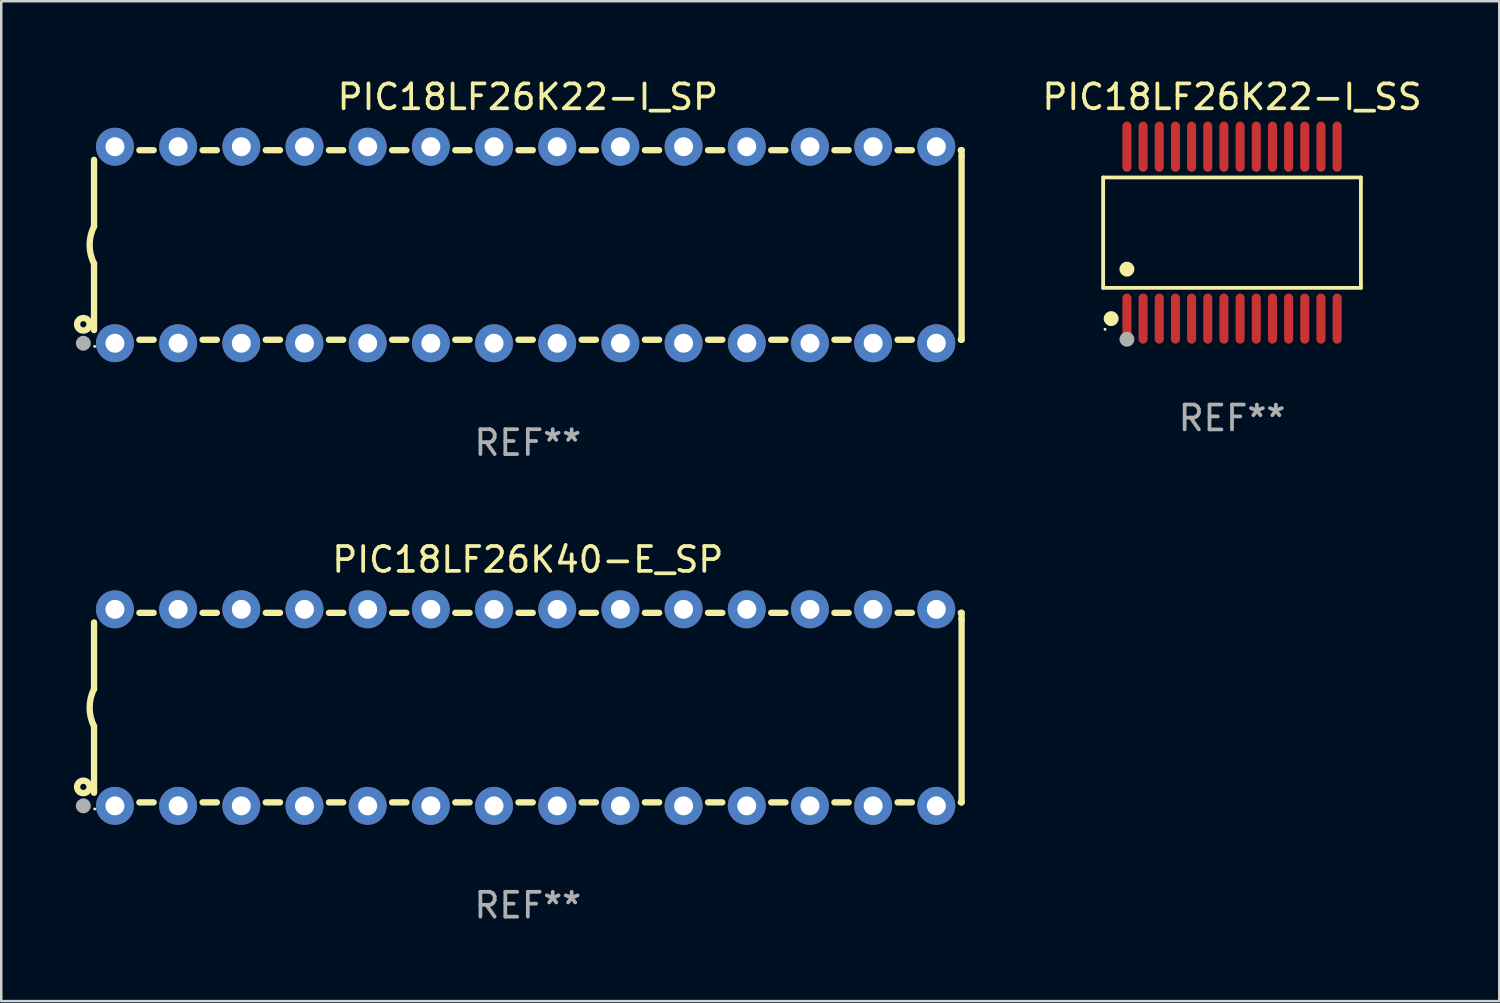
<source format=kicad_pcb>
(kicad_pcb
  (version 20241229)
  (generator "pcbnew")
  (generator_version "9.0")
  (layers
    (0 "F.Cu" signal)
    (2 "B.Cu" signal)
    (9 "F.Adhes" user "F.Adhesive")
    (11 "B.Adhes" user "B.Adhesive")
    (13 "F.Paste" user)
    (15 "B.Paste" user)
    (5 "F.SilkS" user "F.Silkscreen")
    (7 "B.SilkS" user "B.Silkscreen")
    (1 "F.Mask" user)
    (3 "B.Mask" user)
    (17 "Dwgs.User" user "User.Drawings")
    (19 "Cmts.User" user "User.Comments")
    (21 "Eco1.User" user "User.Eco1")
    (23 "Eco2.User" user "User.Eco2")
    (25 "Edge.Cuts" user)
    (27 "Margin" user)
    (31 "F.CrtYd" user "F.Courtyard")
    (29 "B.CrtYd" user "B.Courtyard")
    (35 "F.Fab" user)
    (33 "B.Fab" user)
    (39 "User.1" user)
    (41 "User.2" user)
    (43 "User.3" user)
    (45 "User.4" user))
  (footprint "PIC18LF26K40-E_SP"
    (layer "F.Cu")
    (at 18.168 25.395)
    (property "Reference" "PIC18LF26K40-E_SP" (at 0 -5.95 0) (layer "F.SilkS") (effects (font (size 1 1) (thickness 0.15))))
    (attr through_hole)
    (fp_line (start -17.438 0.75) (end -17.438 3.423) (stroke (width 0.254) (type solid)) (layer "F.SilkS"))
    (fp_line (start -17.438 -3.423) (end -17.438 -0.75) (stroke (width 0.254) (type solid)) (layer "F.SilkS"))
    (fp_line (start -15.615 3.81) (end -15.041 3.81) (stroke (width 0.254) (type solid)) (layer "F.SilkS"))
    (fp_line (start -15.041 -3.81) (end -15.614 -3.81) (stroke (width 0.254) (type solid)) (layer "F.SilkS"))
    (fp_line (start -13.075 3.81) (end -12.501 3.81) (stroke (width 0.254) (type solid)) (layer "F.SilkS"))
    (fp_line (start -12.501 -3.81) (end -13.074 -3.81) (stroke (width 0.254) (type solid)) (layer "F.SilkS"))
    (fp_line (start -10.535 3.81) (end -9.961 3.81) (stroke (width 0.254) (type solid)) (layer "F.SilkS"))
    (fp_line (start -9.961 -3.81) (end -10.534 -3.81) (stroke (width 0.254) (type solid)) (layer "F.SilkS"))
    (fp_line (start -7.995 3.81) (end -7.421 3.81) (stroke (width 0.254) (type solid)) (layer "F.SilkS"))
    (fp_line (start -7.421 -3.81) (end -7.995 -3.81) (stroke (width 0.254) (type solid)) (layer "F.SilkS"))
    (fp_line (start -5.455 3.81) (end -4.881 3.81) (stroke (width 0.254) (type solid)) (layer "F.SilkS"))
    (fp_line (start -4.881 -3.81) (end -5.455 -3.81) (stroke (width 0.254) (type solid)) (layer "F.SilkS"))
    (fp_line (start -2.915 3.81) (end -2.341 3.81) (stroke (width 0.254) (type solid)) (layer "F.SilkS"))
    (fp_line (start -2.341 -3.81) (end -2.915 -3.81) (stroke (width 0.254) (type solid)) (layer "F.SilkS"))
    (fp_line (start -0.375 3.81) (end 0.199 3.81) (stroke (width 0.254) (type solid)) (layer "F.SilkS"))
    (fp_line (start 0.199 -3.81) (end -0.375 -3.81) (stroke (width 0.254) (type solid)) (layer "F.SilkS"))
    (fp_line (start 2.165 3.81) (end 2.739 3.81) (stroke (width 0.254) (type solid)) (layer "F.SilkS"))
    (fp_line (start 2.739 -3.81) (end 2.165 -3.81) (stroke (width 0.254) (type solid)) (layer "F.SilkS"))
    (fp_line (start 4.705 3.81) (end 5.279 3.81) (stroke (width 0.254) (type solid)) (layer "F.SilkS"))
    (fp_line (start 5.279 -3.81) (end 4.705 -3.81) (stroke (width 0.254) (type solid)) (layer "F.SilkS"))
    (fp_line (start 7.245 3.81) (end 7.819 3.81) (stroke (width 0.254) (type solid)) (layer "F.SilkS"))
    (fp_line (start 7.819 -3.81) (end 7.245 -3.81) (stroke (width 0.254) (type solid)) (layer "F.SilkS"))
    (fp_line (start 9.785 3.81) (end 10.359 3.81) (stroke (width 0.254) (type solid)) (layer "F.SilkS"))
    (fp_line (start 10.359 -3.81) (end 9.785 -3.81) (stroke (width 0.254) (type solid)) (layer "F.SilkS"))
    (fp_line (start 12.325 3.81) (end 12.899 3.81) (stroke (width 0.254) (type solid)) (layer "F.SilkS"))
    (fp_line (start 12.899 -3.81) (end 12.325 -3.81) (stroke (width 0.254) (type solid)) (layer "F.SilkS"))
    (fp_line (start 14.865 3.81) (end 15.439 3.81) (stroke (width 0.254) (type solid)) (layer "F.SilkS"))
    (fp_line (start 15.439 -3.81) (end 14.865 -3.81) (stroke (width 0.254) (type solid)) (layer "F.SilkS"))
    (fp_line (start 17.405 3.81) (end 17.438 3.81) (stroke (width 0.254) (type solid)) (layer "F.SilkS"))
    (fp_line (start 17.438 -3.81) (end 17.405 -3.81) (stroke (width 0.254) (type solid)) (layer "F.SilkS"))
    (fp_line (start 17.438 -3.556) (end 17.438 -3.81) (stroke (width 0.254) (type solid)) (layer "F.SilkS"))
    (fp_line (start 17.438 3.81) (end 17.438 -3.556) (stroke (width 0.254) (type solid)) (layer "F.SilkS"))
    (fp_arc (start -17.437986 0.749657) (mid -17.614887 -0.000024) (end -17.437783 -0.749657) (stroke (width 0.254001) (type solid)) (layer "F.SilkS"))
    (fp_circle (center -17.868 3.188) (end -17.743 3.188) (stroke (width 0.254) (type solid)) (fill no) (layer "F.SilkS"))
    (fp_circle (center -17.411 4.077) (end -17.381 4.077) (stroke (width 0.06) (type solid)) (fill no) (layer "F.SilkS"))
    (fp_circle (center -17.868 3.95) (end -17.718 3.95) (stroke (width 0.3) (type solid)) (fill no) (layer "F.Fab"))
    (fp_text user "REF**" (at 0 7.95 0) (layer "F.Fab") (effects (font (size 1 1) (thickness 0.15))))
    (pad "1" thru_hole circle (at -16.598 3.95) (size 1.524 1.524) (drill 0.762) (layers "*.Cu" "*.Mask"))
    (pad "2" thru_hole circle (at -14.058 3.95) (size 1.524 1.524) (drill 0.762) (layers "*.Cu" "*.Mask"))
    (pad "3" thru_hole circle (at -11.518 3.95) (size 1.524 1.524) (drill 0.762) (layers "*.Cu" "*.Mask"))
    (pad "4" thru_hole circle (at -8.978 3.95) (size 1.524 1.524) (drill 0.762) (layers "*.Cu" "*.Mask"))
    (pad "5" thru_hole circle (at -6.438 3.95) (size 1.524 1.524) (drill 0.762) (layers "*.Cu" "*.Mask"))
    (pad "6" thru_hole circle (at -3.898 3.95) (size 1.524 1.524) (drill 0.762) (layers "*.Cu" "*.Mask"))
    (pad "7" thru_hole circle (at -1.358 3.95) (size 1.524 1.524) (drill 0.762) (layers "*.Cu" "*.Mask"))
    (pad "8" thru_hole circle (at 1.182 3.95) (size 1.524 1.524) (drill 0.762) (layers "*.Cu" "*.Mask"))
    (pad "9" thru_hole circle (at 3.722 3.95) (size 1.524 1.524) (drill 0.762) (layers "*.Cu" "*.Mask"))
    (pad "10" thru_hole circle (at 6.262 3.95) (size 1.524 1.524) (drill 0.762) (layers "*.Cu" "*.Mask"))
    (pad "11" thru_hole circle (at 8.802 3.95) (size 1.524 1.524) (drill 0.762) (layers "*.Cu" "*.Mask"))
    (pad "12" thru_hole circle (at 11.342 3.95) (size 1.524 1.524) (drill 0.762) (layers "*.Cu" "*.Mask"))
    (pad "13" thru_hole circle (at 13.882 3.95) (size 1.524 1.524) (drill 0.762) (layers "*.Cu" "*.Mask"))
    (pad "14" thru_hole circle (at 16.422 3.95) (size 1.524 1.524) (drill 0.762) (layers "*.Cu" "*.Mask"))
    (pad "15" thru_hole circle (at 16.422 -3.95) (size 1.524 1.524) (drill 0.762) (layers "*.Cu" "*.Mask"))
    (pad "16" thru_hole circle (at 13.882 -3.95) (size 1.524 1.524) (drill 0.762) (layers "*.Cu" "*.Mask"))
    (pad "17" thru_hole circle (at 11.342 -3.95) (size 1.524 1.524) (drill 0.762) (layers "*.Cu" "*.Mask"))
    (pad "18" thru_hole circle (at 8.802 -3.95) (size 1.524 1.524) (drill 0.762) (layers "*.Cu" "*.Mask"))
    (pad "19" thru_hole circle (at 6.262 -3.95) (size 1.524 1.524) (drill 0.762) (layers "*.Cu" "*.Mask"))
    (pad "20" thru_hole circle (at 3.722 -3.95) (size 1.524 1.524) (drill 0.762) (layers "*.Cu" "*.Mask"))
    (pad "21" thru_hole circle (at 1.182 -3.95) (size 1.524 1.524) (drill 0.762) (layers "*.Cu" "*.Mask"))
    (pad "22" thru_hole circle (at -1.358 -3.95) (size 1.524 1.524) (drill 0.762) (layers "*.Cu" "*.Mask"))
    (pad "23" thru_hole circle (at -3.898 -3.95) (size 1.524 1.524) (drill 0.762) (layers "*.Cu" "*.Mask"))
    (pad "24" thru_hole circle (at -6.438 -3.95) (size 1.524 1.524) (drill 0.762) (layers "*.Cu" "*.Mask"))
    (pad "25" thru_hole circle (at -8.978 -3.95) (size 1.524 1.524) (drill 0.762) (layers "*.Cu" "*.Mask"))
    (pad "26" thru_hole circle (at -11.517 -3.95) (size 1.524 1.524) (drill 0.762) (layers "*.Cu" "*.Mask"))
    (pad "27" thru_hole circle (at -14.057 -3.95) (size 1.524 1.524) (drill 0.762) (layers "*.Cu" "*.Mask"))
    (pad "28" thru_hole circle (at -16.597 -3.95) (size 1.524 1.524) (drill 0.762) (layers "*.Cu" "*.Mask")))
  (footprint "PIC18LF26K22-I_SP"
    (layer "F.Cu")
    (at 18.168 6.798)
    (property "Reference" "PIC18LF26K22-I_SP" (at 0 -5.95 0) (layer "F.SilkS") (effects (font (size 1 1) (thickness 0.15))))
    (attr through_hole)
    (fp_line (start -17.438 0.75) (end -17.438 3.423) (stroke (width 0.254) (type solid)) (layer "F.SilkS"))
    (fp_line (start -17.438 -3.423) (end -17.438 -0.75) (stroke (width 0.254) (type solid)) (layer "F.SilkS"))
    (fp_line (start -15.615 3.81) (end -15.041 3.81) (stroke (width 0.254) (type solid)) (layer "F.SilkS"))
    (fp_line (start -15.041 -3.81) (end -15.614 -3.81) (stroke (width 0.254) (type solid)) (layer "F.SilkS"))
    (fp_line (start -13.075 3.81) (end -12.501 3.81) (stroke (width 0.254) (type solid)) (layer "F.SilkS"))
    (fp_line (start -12.501 -3.81) (end -13.074 -3.81) (stroke (width 0.254) (type solid)) (layer "F.SilkS"))
    (fp_line (start -10.535 3.81) (end -9.961 3.81) (stroke (width 0.254) (type solid)) (layer "F.SilkS"))
    (fp_line (start -9.961 -3.81) (end -10.534 -3.81) (stroke (width 0.254) (type solid)) (layer "F.SilkS"))
    (fp_line (start -7.995 3.81) (end -7.421 3.81) (stroke (width 0.254) (type solid)) (layer "F.SilkS"))
    (fp_line (start -7.421 -3.81) (end -7.995 -3.81) (stroke (width 0.254) (type solid)) (layer "F.SilkS"))
    (fp_line (start -5.455 3.81) (end -4.881 3.81) (stroke (width 0.254) (type solid)) (layer "F.SilkS"))
    (fp_line (start -4.881 -3.81) (end -5.455 -3.81) (stroke (width 0.254) (type solid)) (layer "F.SilkS"))
    (fp_line (start -2.915 3.81) (end -2.341 3.81) (stroke (width 0.254) (type solid)) (layer "F.SilkS"))
    (fp_line (start -2.341 -3.81) (end -2.915 -3.81) (stroke (width 0.254) (type solid)) (layer "F.SilkS"))
    (fp_line (start -0.375 3.81) (end 0.199 3.81) (stroke (width 0.254) (type solid)) (layer "F.SilkS"))
    (fp_line (start 0.199 -3.81) (end -0.375 -3.81) (stroke (width 0.254) (type solid)) (layer "F.SilkS"))
    (fp_line (start 2.165 3.81) (end 2.739 3.81) (stroke (width 0.254) (type solid)) (layer "F.SilkS"))
    (fp_line (start 2.739 -3.81) (end 2.165 -3.81) (stroke (width 0.254) (type solid)) (layer "F.SilkS"))
    (fp_line (start 4.705 3.81) (end 5.279 3.81) (stroke (width 0.254) (type solid)) (layer "F.SilkS"))
    (fp_line (start 5.279 -3.81) (end 4.705 -3.81) (stroke (width 0.254) (type solid)) (layer "F.SilkS"))
    (fp_line (start 7.245 3.81) (end 7.819 3.81) (stroke (width 0.254) (type solid)) (layer "F.SilkS"))
    (fp_line (start 7.819 -3.81) (end 7.245 -3.81) (stroke (width 0.254) (type solid)) (layer "F.SilkS"))
    (fp_line (start 9.785 3.81) (end 10.359 3.81) (stroke (width 0.254) (type solid)) (layer "F.SilkS"))
    (fp_line (start 10.359 -3.81) (end 9.785 -3.81) (stroke (width 0.254) (type solid)) (layer "F.SilkS"))
    (fp_line (start 12.325 3.81) (end 12.899 3.81) (stroke (width 0.254) (type solid)) (layer "F.SilkS"))
    (fp_line (start 12.899 -3.81) (end 12.325 -3.81) (stroke (width 0.254) (type solid)) (layer "F.SilkS"))
    (fp_line (start 14.865 3.81) (end 15.439 3.81) (stroke (width 0.254) (type solid)) (layer "F.SilkS"))
    (fp_line (start 15.439 -3.81) (end 14.865 -3.81) (stroke (width 0.254) (type solid)) (layer "F.SilkS"))
    (fp_line (start 17.405 3.81) (end 17.438 3.81) (stroke (width 0.254) (type solid)) (layer "F.SilkS"))
    (fp_line (start 17.438 -3.81) (end 17.405 -3.81) (stroke (width 0.254) (type solid)) (layer "F.SilkS"))
    (fp_line (start 17.438 -3.556) (end 17.438 -3.81) (stroke (width 0.254) (type solid)) (layer "F.SilkS"))
    (fp_line (start 17.438 3.81) (end 17.438 -3.556) (stroke (width 0.254) (type solid)) (layer "F.SilkS"))
    (fp_arc (start -17.437986 0.749657) (mid -17.614887 -0.000024) (end -17.437783 -0.749657) (stroke (width 0.254001) (type solid)) (layer "F.SilkS"))
    (fp_circle (center -17.868 3.188) (end -17.743 3.188) (stroke (width 0.254) (type solid)) (fill no) (layer "F.SilkS"))
    (fp_circle (center -17.411 4.077) (end -17.381 4.077) (stroke (width 0.06) (type solid)) (fill no) (layer "F.SilkS"))
    (fp_circle (center -17.868 3.95) (end -17.718 3.95) (stroke (width 0.3) (type solid)) (fill no) (layer "F.Fab"))
    (fp_text user "REF**" (at 0 7.95 0) (layer "F.Fab") (effects (font (size 1 1) (thickness 0.15))))
    (pad "1" thru_hole circle (at -16.598 3.95) (size 1.524 1.524) (drill 0.762) (layers "*.Cu" "*.Mask"))
    (pad "2" thru_hole circle (at -14.058 3.95) (size 1.524 1.524) (drill 0.762) (layers "*.Cu" "*.Mask"))
    (pad "3" thru_hole circle (at -11.518 3.95) (size 1.524 1.524) (drill 0.762) (layers "*.Cu" "*.Mask"))
    (pad "4" thru_hole circle (at -8.978 3.95) (size 1.524 1.524) (drill 0.762) (layers "*.Cu" "*.Mask"))
    (pad "5" thru_hole circle (at -6.438 3.95) (size 1.524 1.524) (drill 0.762) (layers "*.Cu" "*.Mask"))
    (pad "6" thru_hole circle (at -3.898 3.95) (size 1.524 1.524) (drill 0.762) (layers "*.Cu" "*.Mask"))
    (pad "7" thru_hole circle (at -1.358 3.95) (size 1.524 1.524) (drill 0.762) (layers "*.Cu" "*.Mask"))
    (pad "8" thru_hole circle (at 1.182 3.95) (size 1.524 1.524) (drill 0.762) (layers "*.Cu" "*.Mask"))
    (pad "9" thru_hole circle (at 3.722 3.95) (size 1.524 1.524) (drill 0.762) (layers "*.Cu" "*.Mask"))
    (pad "10" thru_hole circle (at 6.262 3.95) (size 1.524 1.524) (drill 0.762) (layers "*.Cu" "*.Mask"))
    (pad "11" thru_hole circle (at 8.802 3.95) (size 1.524 1.524) (drill 0.762) (layers "*.Cu" "*.Mask"))
    (pad "12" thru_hole circle (at 11.342 3.95) (size 1.524 1.524) (drill 0.762) (layers "*.Cu" "*.Mask"))
    (pad "13" thru_hole circle (at 13.882 3.95) (size 1.524 1.524) (drill 0.762) (layers "*.Cu" "*.Mask"))
    (pad "14" thru_hole circle (at 16.422 3.95) (size 1.524 1.524) (drill 0.762) (layers "*.Cu" "*.Mask"))
    (pad "15" thru_hole circle (at 16.422 -3.95) (size 1.524 1.524) (drill 0.762) (layers "*.Cu" "*.Mask"))
    (pad "16" thru_hole circle (at 13.882 -3.95) (size 1.524 1.524) (drill 0.762) (layers "*.Cu" "*.Mask"))
    (pad "17" thru_hole circle (at 11.342 -3.95) (size 1.524 1.524) (drill 0.762) (layers "*.Cu" "*.Mask"))
    (pad "18" thru_hole circle (at 8.802 -3.95) (size 1.524 1.524) (drill 0.762) (layers "*.Cu" "*.Mask"))
    (pad "19" thru_hole circle (at 6.262 -3.95) (size 1.524 1.524) (drill 0.762) (layers "*.Cu" "*.Mask"))
    (pad "20" thru_hole circle (at 3.722 -3.95) (size 1.524 1.524) (drill 0.762) (layers "*.Cu" "*.Mask"))
    (pad "21" thru_hole circle (at 1.182 -3.95) (size 1.524 1.524) (drill 0.762) (layers "*.Cu" "*.Mask"))
    (pad "22" thru_hole circle (at -1.358 -3.95) (size 1.524 1.524) (drill 0.762) (layers "*.Cu" "*.Mask"))
    (pad "23" thru_hole circle (at -3.898 -3.95) (size 1.524 1.524) (drill 0.762) (layers "*.Cu" "*.Mask"))
    (pad "24" thru_hole circle (at -6.438 -3.95) (size 1.524 1.524) (drill 0.762) (layers "*.Cu" "*.Mask"))
    (pad "25" thru_hole circle (at -8.978 -3.95) (size 1.524 1.524) (drill 0.762) (layers "*.Cu" "*.Mask"))
    (pad "26" thru_hole circle (at -11.517 -3.95) (size 1.524 1.524) (drill 0.762) (layers "*.Cu" "*.Mask"))
    (pad "27" thru_hole circle (at -14.057 -3.95) (size 1.524 1.524) (drill 0.762) (layers "*.Cu" "*.Mask"))
    (pad "28" thru_hole circle (at -16.597 -3.95) (size 1.524 1.524) (drill 0.762) (layers "*.Cu" "*.Mask")))
  (footprint "PIC18LF26K22-I_SS"
    (layer "F.Cu")
    (at 46.477 6.303)
    (property "Reference" "PIC18LF26K22-I_SS" (at 0 -5.455 0) (layer "F.SilkS") (effects (font (size 1 1) (thickness 0.15))))
    (attr through_hole)
    (fp_line (start -5.181 -2.219) (end 5.181 -2.219) (stroke (width 0.152) (type solid)) (layer "F.SilkS"))
    (fp_line (start -5.181 2.219) (end -5.181 -2.219) (stroke (width 0.152) (type solid)) (layer "F.SilkS"))
    (fp_line (start 5.181 -2.219) (end 5.181 2.219) (stroke (width 0.152) (type solid)) (layer "F.SilkS"))
    (fp_line (start 5.181 2.219) (end -5.181 2.219) (stroke (width 0.152) (type solid)) (layer "F.SilkS"))
    (fp_circle (center -5.105 3.885) (end -5.075 3.885) (stroke (width 0.06) (type solid)) (fill no) (layer "F.SilkS"))
    (fp_circle (center -4.859 3.455) (end -4.709 3.455) (stroke (width 0.3) (type solid)) (fill no) (layer "F.SilkS"))
    (fp_circle (center -4.225 1.467) (end -4.075 1.467) (stroke (width 0.3) (type solid)) (fill no) (layer "F.SilkS"))
    (fp_circle (center -4.225 4.285) (end -4.075 4.285) (stroke (width 0.3) (type solid)) (fill no) (layer "F.Fab"))
    (fp_text user "REF**" (at 0 7.455 0) (layer "F.Fab") (effects (font (size 1 1) (thickness 0.15))))
    (pad "1" smd oval (at -4.225 3.455) (size 0.364 2.015) (layers "F.Cu" "F.Mask" "F.Paste"))
    (pad "2" smd oval (at -3.575 3.455) (size 0.364 2.015) (layers "F.Cu" "F.Mask" "F.Paste"))
    (pad "3" smd oval (at -2.925 3.455) (size 0.364 2.015) (layers "F.Cu" "F.Mask" "F.Paste"))
    (pad "4" smd oval (at -2.275 3.455) (size 0.364 2.015) (layers "F.Cu" "F.Mask" "F.Paste"))
    (pad "5" smd oval (at -1.625 3.455) (size 0.364 2.015) (layers "F.Cu" "F.Mask" "F.Paste"))
    (pad "6" smd oval (at -0.975 3.455) (size 0.364 2.015) (layers "F.Cu" "F.Mask" "F.Paste"))
    (pad "7" smd oval (at -0.325 3.455) (size 0.364 2.015) (layers "F.Cu" "F.Mask" "F.Paste"))
    (pad "8" smd oval (at 0.325 3.455) (size 0.364 2.015) (layers "F.Cu" "F.Mask" "F.Paste"))
    (pad "9" smd oval (at 0.975 3.455) (size 0.364 2.015) (layers "F.Cu" "F.Mask" "F.Paste"))
    (pad "10" smd oval (at 1.625 3.455) (size 0.364 2.015) (layers "F.Cu" "F.Mask" "F.Paste"))
    (pad "11" smd oval (at 2.275 3.455) (size 0.364 2.015) (layers "F.Cu" "F.Mask" "F.Paste"))
    (pad "12" smd oval (at 2.925 3.455) (size 0.364 2.015) (layers "F.Cu" "F.Mask" "F.Paste"))
    (pad "13" smd oval (at 3.575 3.455) (size 0.364 2.015) (layers "F.Cu" "F.Mask" "F.Paste"))
    (pad "14" smd oval (at 4.225 3.455) (size 0.364 2.015) (layers "F.Cu" "F.Mask" "F.Paste"))
    (pad "15" smd oval (at 4.225 -3.455) (size 0.364 2.015) (layers "F.Cu" "F.Mask" "F.Paste"))
    (pad "16" smd oval (at 3.575 -3.455) (size 0.364 2.015) (layers "F.Cu" "F.Mask" "F.Paste"))
    (pad "17" smd oval (at 2.925 -3.455) (size 0.364 2.015) (layers "F.Cu" "F.Mask" "F.Paste"))
    (pad "18" smd oval (at 2.275 -3.455) (size 0.364 2.015) (layers "F.Cu" "F.Mask" "F.Paste"))
    (pad "19" smd oval (at 1.625 -3.455) (size 0.364 2.015) (layers "F.Cu" "F.Mask" "F.Paste"))
    (pad "20" smd oval (at 0.975 -3.455) (size 0.364 2.015) (layers "F.Cu" "F.Mask" "F.Paste"))
    (pad "21" smd oval (at 0.325 -3.455) (size 0.364 2.015) (layers "F.Cu" "F.Mask" "F.Paste"))
    (pad "22" smd oval (at -0.325 -3.455) (size 0.364 2.015) (layers "F.Cu" "F.Mask" "F.Paste"))
    (pad "23" smd oval (at -0.975 -3.455) (size 0.364 2.015) (layers "F.Cu" "F.Mask" "F.Paste"))
    (pad "24" smd oval (at -1.625 -3.455) (size 0.364 2.015) (layers "F.Cu" "F.Mask" "F.Paste"))
    (pad "25" smd oval (at -2.275 -3.455) (size 0.364 2.015) (layers "F.Cu" "F.Mask" "F.Paste"))
    (pad "26" smd oval (at -2.925 -3.455) (size 0.364 2.015) (layers "F.Cu" "F.Mask" "F.Paste"))
    (pad "27" smd oval (at -3.575 -3.455) (size 0.364 2.015) (layers "F.Cu" "F.Mask" "F.Paste"))
    (pad "28" smd oval (at -4.225 -3.455) (size 0.364 2.015) (layers "F.Cu" "F.Mask" "F.Paste")))
  (gr_rect
    (start -3 -3)
    (end 57.221 37.193)
    (stroke (width 0.1) (type default))
    (fill no)
    (layer "Edge.Cuts")))
</source>
